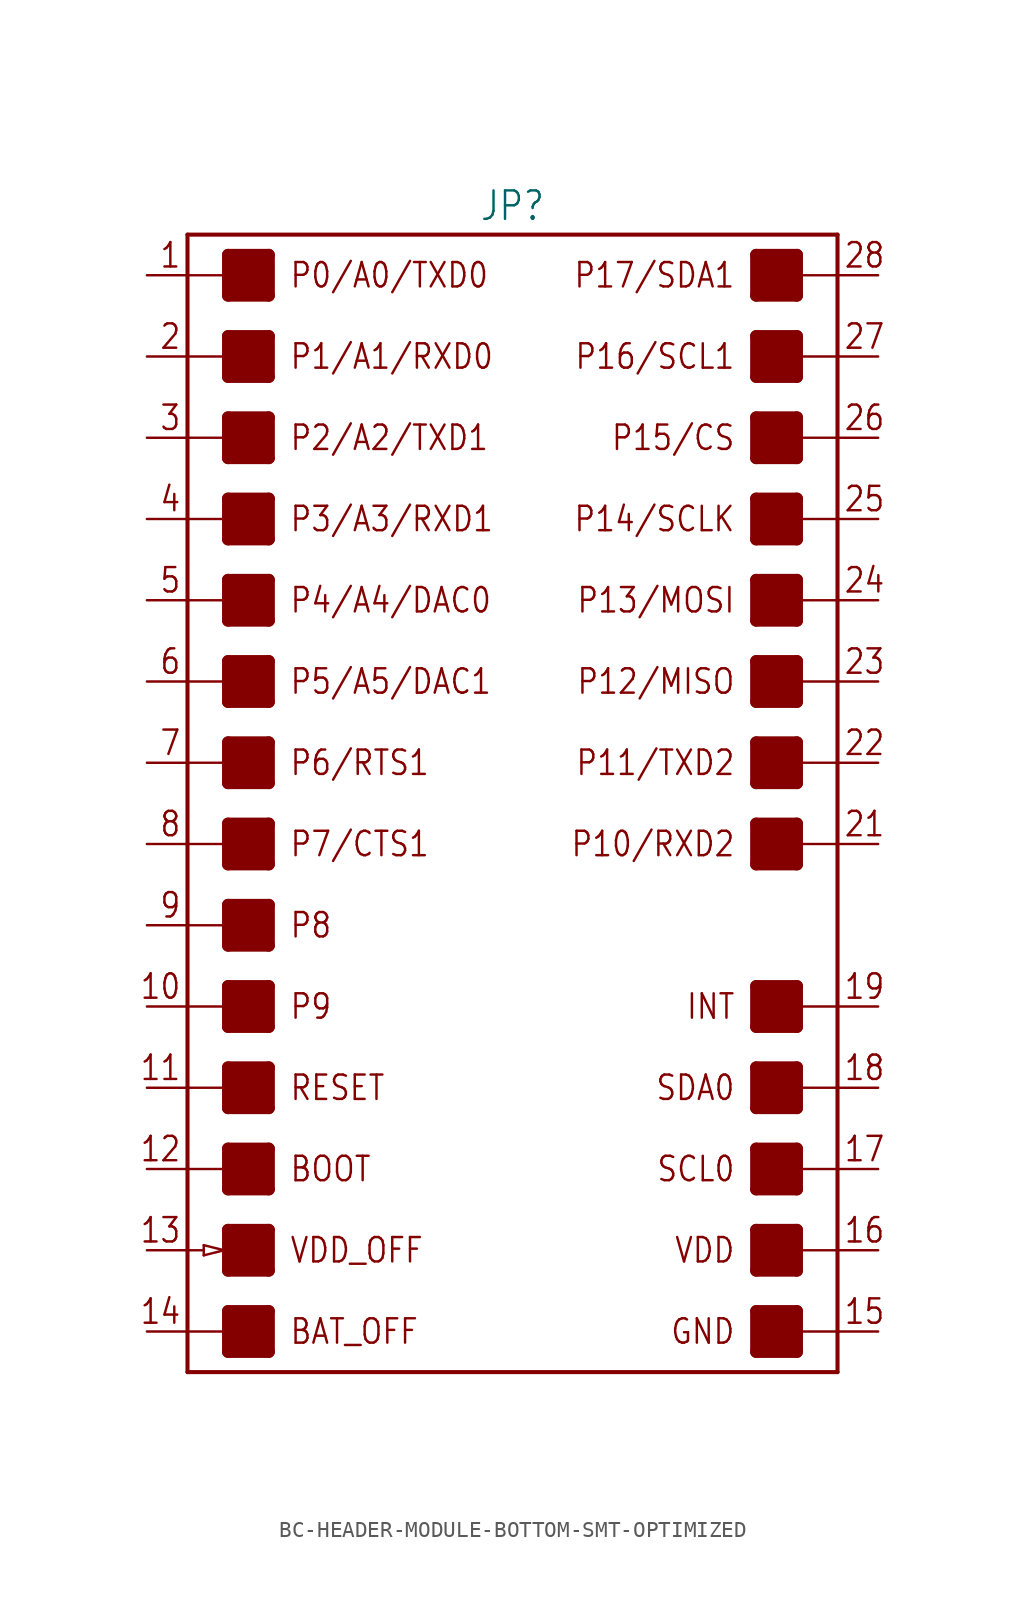
<source format=kicad_sym>
(kicad_symbol_lib
  (version 20231120)
  (generator "kicad_symbol_editor")
  (generator_version "8.0")
  (symbol "BC-HEADER-MODULE-BOTTOM-SMT-OPTIMIZED"
    (property "Reference" "JP"
      (at 0 36.322 0)
      (effects (font (size 1.778 1.511)) (justify bottom)))
    (property "Value" ""
      (at 0 -36.322 0)
      (effects (font (size 1.778 1.511)) (justify top)))
    (property "ki_locked" ""
      (at 0 0 0)
      (effects (font (size 1.27 1.27))))
    (symbol "BC-HEADER-MODULE-BOTTOM-SMT-OPTIMIZED_1_0"
      (rectangle (start -17.78 -34.29) (end -15.24 -31.75) (stroke (width 0) (type default)) (fill (type outline)))
      (rectangle (start -17.78 -29.21) (end -15.24 -26.67) (stroke (width 0) (type default)) (fill (type outline)))
      (rectangle (start -17.78 -24.13) (end -15.24 -21.59) (stroke (width 0) (type default)) (fill (type outline)))
      (rectangle (start -17.78 -19.05) (end -15.24 -16.51) (stroke (width 0) (type default)) (fill (type outline)))
      (rectangle (start -17.78 -13.97) (end -15.24 -11.43) (stroke (width 0) (type default)) (fill (type outline)))
      (rectangle (start -17.78 -8.89) (end -15.24 -6.35) (stroke (width 0) (type default)) (fill (type outline)))
      (rectangle (start -17.78 -3.81) (end -15.24 -1.27) (stroke (width 0) (type default)) (fill (type outline)))
      (rectangle (start -17.78 1.27) (end -15.24 3.81) (stroke (width 0) (type default)) (fill (type outline)))
      (rectangle (start -17.78 6.35) (end -15.24 8.89) (stroke (width 0) (type default)) (fill (type outline)))
      (rectangle (start -17.78 11.43) (end -15.24 13.97) (stroke (width 0) (type default)) (fill (type outline)))
      (rectangle (start -17.78 16.51) (end -15.24 19.05) (stroke (width 0) (type default)) (fill (type outline)))
      (rectangle (start -17.78 21.59) (end -15.24 24.13) (stroke (width 0) (type default)) (fill (type outline)))
      (rectangle (start -17.78 26.67) (end -15.24 29.21) (stroke (width 0) (type default)) (fill (type outline)))
      (rectangle (start -17.78 31.75) (end -15.24 34.29) (stroke (width 0) (type default)) (fill (type outline)))
      (polyline (pts (xy -20.32 -33.02) (xy -20.32 -35.56)) (stroke (width 0.254) (type solid)) (fill (type none)))
      (polyline (pts (xy -20.32 -33.02) (xy -17.78 -33.02)) (stroke (width 0.152) (type solid)) (fill (type none)))
      (polyline (pts (xy -20.32 -27.94) (xy -20.32 -33.02)) (stroke (width 0.254) (type solid)) (fill (type none)))
      (polyline (pts (xy -20.32 -27.94) (xy -19.304 -27.94)) (stroke (width 0.152) (type solid)) (fill (type none)))
      (polyline (pts (xy -20.32 -22.86) (xy -20.32 -27.94)) (stroke (width 0.254) (type solid)) (fill (type none)))
      (polyline (pts (xy -20.32 -22.86) (xy -17.78 -22.86)) (stroke (width 0.152) (type solid)) (fill (type none)))
      (polyline (pts (xy -20.32 -17.78) (xy -20.32 -22.86)) (stroke (width 0.254) (type solid)) (fill (type none)))
      (polyline (pts (xy -20.32 -17.78) (xy -17.78 -17.78)) (stroke (width 0.152) (type solid)) (fill (type none)))
      (polyline (pts (xy -20.32 -12.7) (xy -20.32 -17.78)) (stroke (width 0.254) (type solid)) (fill (type none)))
      (polyline (pts (xy -20.32 -12.7) (xy -17.78 -12.7)) (stroke (width 0.152) (type solid)) (fill (type none)))
      (polyline (pts (xy -20.32 -7.62) (xy -20.32 -12.7)) (stroke (width 0.254) (type solid)) (fill (type none)))
      (polyline (pts (xy -20.32 -7.62) (xy -17.78 -7.62)) (stroke (width 0.152) (type solid)) (fill (type none)))
      (polyline (pts (xy -20.32 -2.54) (xy -20.32 -7.62)) (stroke (width 0.254) (type solid)) (fill (type none)))
      (polyline (pts (xy -20.32 -2.54) (xy -17.78 -2.54)) (stroke (width 0.152) (type solid)) (fill (type none)))
      (polyline (pts (xy -20.32 2.54) (xy -20.32 -2.54)) (stroke (width 0.254) (type solid)) (fill (type none)))
      (polyline (pts (xy -20.32 2.54) (xy -17.78 2.54)) (stroke (width 0.152) (type solid)) (fill (type none)))
      (polyline (pts (xy -20.32 7.62) (xy -20.32 2.54)) (stroke (width 0.254) (type solid)) (fill (type none)))
      (polyline (pts (xy -20.32 7.62) (xy -17.78 7.62)) (stroke (width 0.152) (type solid)) (fill (type none)))
      (polyline (pts (xy -20.32 12.7) (xy -20.32 7.62)) (stroke (width 0.254) (type solid)) (fill (type none)))
      (polyline (pts (xy -20.32 12.7) (xy -17.78 12.7)) (stroke (width 0.152) (type solid)) (fill (type none)))
      (polyline (pts (xy -20.32 17.78) (xy -20.32 12.7)) (stroke (width 0.254) (type solid)) (fill (type none)))
      (polyline (pts (xy -20.32 17.78) (xy -17.78 17.78)) (stroke (width 0.152) (type solid)) (fill (type none)))
      (polyline (pts (xy -20.32 22.86) (xy -20.32 17.78)) (stroke (width 0.254) (type solid)) (fill (type none)))
      (polyline (pts (xy -20.32 22.86) (xy -17.78 22.86)) (stroke (width 0.152) (type solid)) (fill (type none)))
      (polyline (pts (xy -20.32 27.94) (xy -20.32 22.86)) (stroke (width 0.254) (type solid)) (fill (type none)))
      (polyline (pts (xy -20.32 27.94) (xy -17.78 27.94)) (stroke (width 0.152) (type solid)) (fill (type none)))
      (polyline (pts (xy -20.32 33.02) (xy -20.32 27.94)) (stroke (width 0.254) (type solid)) (fill (type none)))
      (polyline (pts (xy -20.32 33.02) (xy -17.78 33.02)) (stroke (width 0.152) (type solid)) (fill (type none)))
      (polyline (pts (xy -20.32 35.56) (xy -20.32 33.02)) (stroke (width 0.254) (type solid)) (fill (type none)))
      (polyline (pts (xy -20.32 35.56) (xy 20.32 35.56)) (stroke (width 0.254) (type solid)) (fill (type none)))
      (polyline (pts (xy -19.304 -28.258) (xy -18.034 -27.94)) (stroke (width 0.152) (type solid)) (fill (type none)))
      (polyline (pts (xy -19.304 -27.94) (xy -19.304 -28.258)) (stroke (width 0.152) (type solid)) (fill (type none)))
      (polyline (pts (xy -19.304 -27.622) (xy -19.304 -27.94)) (stroke (width 0.152) (type solid)) (fill (type none)))
      (polyline (pts (xy -18.034 -27.94) (xy -19.304 -27.622)) (stroke (width 0.152) (type solid)) (fill (type none)))
      (polyline (pts (xy -17.78 -34.29) (xy -15.24 -34.29)) (stroke (width 0.762) (type solid)) (fill (type none)))
      (polyline (pts (xy -17.78 -33.02) (xy -17.78 -34.29)) (stroke (width 0.762) (type solid)) (fill (type none)))
      (polyline (pts (xy -17.78 -31.75) (xy -17.78 -33.02)) (stroke (width 0.762) (type solid)) (fill (type none)))
      (polyline (pts (xy -17.78 -31.75) (xy -15.24 -31.75)) (stroke (width 0.762) (type solid)) (fill (type none)))
      (polyline (pts (xy -17.78 -29.21) (xy -15.24 -29.21)) (stroke (width 0.762) (type solid)) (fill (type none)))
      (polyline (pts (xy -17.78 -26.67) (xy -17.78 -29.21)) (stroke (width 0.762) (type solid)) (fill (type none)))
      (polyline (pts (xy -17.78 -26.67) (xy -15.24 -26.67)) (stroke (width 0.762) (type solid)) (fill (type none)))
      (polyline (pts (xy -17.78 -24.13) (xy -15.24 -24.13)) (stroke (width 0.762) (type solid)) (fill (type none)))
      (polyline (pts (xy -17.78 -22.86) (xy -17.78 -24.13)) (stroke (width 0.762) (type solid)) (fill (type none)))
      (polyline (pts (xy -17.78 -21.59) (xy -17.78 -22.86)) (stroke (width 0.762) (type solid)) (fill (type none)))
      (polyline (pts (xy -17.78 -21.59) (xy -15.24 -21.59)) (stroke (width 0.762) (type solid)) (fill (type none)))
      (polyline (pts (xy -17.78 -19.05) (xy -15.24 -19.05)) (stroke (width 0.762) (type solid)) (fill (type none)))
      (polyline (pts (xy -17.78 -17.78) (xy -17.78 -19.05)) (stroke (width 0.762) (type solid)) (fill (type none)))
      (polyline (pts (xy -17.78 -16.51) (xy -17.78 -17.78)) (stroke (width 0.762) (type solid)) (fill (type none)))
      (polyline (pts (xy -17.78 -16.51) (xy -15.24 -16.51)) (stroke (width 0.762) (type solid)) (fill (type none)))
      (polyline (pts (xy -17.78 -13.97) (xy -15.24 -13.97)) (stroke (width 0.762) (type solid)) (fill (type none)))
      (polyline (pts (xy -17.78 -12.7) (xy -17.78 -13.97)) (stroke (width 0.762) (type solid)) (fill (type none)))
      (polyline (pts (xy -17.78 -11.43) (xy -17.78 -12.7)) (stroke (width 0.762) (type solid)) (fill (type none)))
      (polyline (pts (xy -17.78 -11.43) (xy -15.24 -11.43)) (stroke (width 0.762) (type solid)) (fill (type none)))
      (polyline (pts (xy -17.78 -8.89) (xy -15.24 -8.89)) (stroke (width 0.762) (type solid)) (fill (type none)))
      (polyline (pts (xy -17.78 -7.62) (xy -17.78 -8.89)) (stroke (width 0.762) (type solid)) (fill (type none)))
      (polyline (pts (xy -17.78 -6.35) (xy -17.78 -7.62)) (stroke (width 0.762) (type solid)) (fill (type none)))
      (polyline (pts (xy -17.78 -6.35) (xy -15.24 -6.35)) (stroke (width 0.762) (type solid)) (fill (type none)))
      (polyline (pts (xy -17.78 -3.81) (xy -15.24 -3.81)) (stroke (width 0.762) (type solid)) (fill (type none)))
      (polyline (pts (xy -17.78 -2.54) (xy -17.78 -3.81)) (stroke (width 0.762) (type solid)) (fill (type none)))
      (polyline (pts (xy -17.78 -1.27) (xy -17.78 -2.54)) (stroke (width 0.762) (type solid)) (fill (type none)))
      (polyline (pts (xy -17.78 -1.27) (xy -15.24 -1.27)) (stroke (width 0.762) (type solid)) (fill (type none)))
      (polyline (pts (xy -17.78 1.27) (xy -15.24 1.27)) (stroke (width 0.762) (type solid)) (fill (type none)))
      (polyline (pts (xy -17.78 2.54) (xy -17.78 1.27)) (stroke (width 0.762) (type solid)) (fill (type none)))
      (polyline (pts (xy -17.78 3.81) (xy -17.78 2.54)) (stroke (width 0.762) (type solid)) (fill (type none)))
      (polyline (pts (xy -17.78 3.81) (xy -15.24 3.81)) (stroke (width 0.762) (type solid)) (fill (type none)))
      (polyline (pts (xy -17.78 6.35) (xy -15.24 6.35)) (stroke (width 0.762) (type solid)) (fill (type none)))
      (polyline (pts (xy -17.78 7.62) (xy -17.78 6.35)) (stroke (width 0.762) (type solid)) (fill (type none)))
      (polyline (pts (xy -17.78 8.89) (xy -17.78 7.62)) (stroke (width 0.762) (type solid)) (fill (type none)))
      (polyline (pts (xy -17.78 8.89) (xy -15.24 8.89)) (stroke (width 0.762) (type solid)) (fill (type none)))
      (polyline (pts (xy -17.78 11.43) (xy -15.24 11.43)) (stroke (width 0.762) (type solid)) (fill (type none)))
      (polyline (pts (xy -17.78 12.7) (xy -17.78 11.43)) (stroke (width 0.762) (type solid)) (fill (type none)))
      (polyline (pts (xy -17.78 13.97) (xy -17.78 12.7)) (stroke (width 0.762) (type solid)) (fill (type none)))
      (polyline (pts (xy -17.78 13.97) (xy -15.24 13.97)) (stroke (width 0.762) (type solid)) (fill (type none)))
      (polyline (pts (xy -17.78 16.51) (xy -15.24 16.51)) (stroke (width 0.762) (type solid)) (fill (type none)))
      (polyline (pts (xy -17.78 17.78) (xy -17.78 16.51)) (stroke (width 0.762) (type solid)) (fill (type none)))
      (polyline (pts (xy -17.78 19.05) (xy -17.78 17.78)) (stroke (width 0.762) (type solid)) (fill (type none)))
      (polyline (pts (xy -17.78 19.05) (xy -15.24 19.05)) (stroke (width 0.762) (type solid)) (fill (type none)))
      (polyline (pts (xy -17.78 21.59) (xy -15.24 21.59)) (stroke (width 0.762) (type solid)) (fill (type none)))
      (polyline (pts (xy -17.78 22.86) (xy -17.78 21.59)) (stroke (width 0.762) (type solid)) (fill (type none)))
      (polyline (pts (xy -17.78 24.13) (xy -17.78 22.86)) (stroke (width 0.762) (type solid)) (fill (type none)))
      (polyline (pts (xy -17.78 24.13) (xy -15.24 24.13)) (stroke (width 0.762) (type solid)) (fill (type none)))
      (polyline (pts (xy -17.78 26.67) (xy -15.24 26.67)) (stroke (width 0.762) (type solid)) (fill (type none)))
      (polyline (pts (xy -17.78 27.94) (xy -17.78 26.67)) (stroke (width 0.762) (type solid)) (fill (type none)))
      (polyline (pts (xy -17.78 29.21) (xy -17.78 27.94)) (stroke (width 0.762) (type solid)) (fill (type none)))
      (polyline (pts (xy -17.78 29.21) (xy -15.24 29.21)) (stroke (width 0.762) (type solid)) (fill (type none)))
      (polyline (pts (xy -17.78 31.75) (xy -15.24 31.75)) (stroke (width 0.762) (type solid)) (fill (type none)))
      (polyline (pts (xy -17.78 33.02) (xy -17.78 31.75)) (stroke (width 0.762) (type solid)) (fill (type none)))
      (polyline (pts (xy -17.78 34.29) (xy -17.78 33.02)) (stroke (width 0.762) (type solid)) (fill (type none)))
      (polyline (pts (xy -17.78 34.29) (xy -15.24 34.29)) (stroke (width 0.762) (type solid)) (fill (type none)))
      (polyline (pts (xy -15.24 -34.29) (xy -15.24 -31.75)) (stroke (width 0.762) (type solid)) (fill (type none)))
      (polyline (pts (xy -15.24 -29.21) (xy -15.24 -26.67)) (stroke (width 0.762) (type solid)) (fill (type none)))
      (polyline (pts (xy -15.24 -24.13) (xy -15.24 -21.59)) (stroke (width 0.762) (type solid)) (fill (type none)))
      (polyline (pts (xy -15.24 -19.05) (xy -15.24 -16.51)) (stroke (width 0.762) (type solid)) (fill (type none)))
      (polyline (pts (xy -15.24 -13.97) (xy -15.24 -11.43)) (stroke (width 0.762) (type solid)) (fill (type none)))
      (polyline (pts (xy -15.24 -8.89) (xy -15.24 -6.35)) (stroke (width 0.762) (type solid)) (fill (type none)))
      (polyline (pts (xy -15.24 -3.81) (xy -15.24 -1.27)) (stroke (width 0.762) (type solid)) (fill (type none)))
      (polyline (pts (xy -15.24 1.27) (xy -15.24 3.81)) (stroke (width 0.762) (type solid)) (fill (type none)))
      (polyline (pts (xy -15.24 6.35) (xy -15.24 8.89)) (stroke (width 0.762) (type solid)) (fill (type none)))
      (polyline (pts (xy -15.24 11.43) (xy -15.24 13.97)) (stroke (width 0.762) (type solid)) (fill (type none)))
      (polyline (pts (xy -15.24 16.51) (xy -15.24 19.05)) (stroke (width 0.762) (type solid)) (fill (type none)))
      (polyline (pts (xy -15.24 21.59) (xy -15.24 24.13)) (stroke (width 0.762) (type solid)) (fill (type none)))
      (polyline (pts (xy -15.24 26.67) (xy -15.24 29.21)) (stroke (width 0.762) (type solid)) (fill (type none)))
      (polyline (pts (xy -15.24 31.75) (xy -15.24 34.29)) (stroke (width 0.762) (type solid)) (fill (type none)))
      (polyline (pts (xy 15.24 -34.29) (xy 17.78 -34.29)) (stroke (width 0.762) (type solid)) (fill (type none)))
      (polyline (pts (xy 15.24 -31.75) (xy 15.24 -34.29)) (stroke (width 0.762) (type solid)) (fill (type none)))
      (polyline (pts (xy 15.24 -31.75) (xy 17.78 -31.75)) (stroke (width 0.762) (type solid)) (fill (type none)))
      (polyline (pts (xy 15.24 -29.21) (xy 17.78 -29.21)) (stroke (width 0.762) (type solid)) (fill (type none)))
      (polyline (pts (xy 15.24 -26.67) (xy 15.24 -29.21)) (stroke (width 0.762) (type solid)) (fill (type none)))
      (polyline (pts (xy 15.24 -26.67) (xy 17.78 -26.67)) (stroke (width 0.762) (type solid)) (fill (type none)))
      (polyline (pts (xy 15.24 -24.13) (xy 17.78 -24.13)) (stroke (width 0.762) (type solid)) (fill (type none)))
      (polyline (pts (xy 15.24 -21.59) (xy 15.24 -24.13)) (stroke (width 0.762) (type solid)) (fill (type none)))
      (polyline (pts (xy 15.24 -21.59) (xy 17.78 -21.59)) (stroke (width 0.762) (type solid)) (fill (type none)))
      (polyline (pts (xy 15.24 -19.05) (xy 17.78 -19.05)) (stroke (width 0.762) (type solid)) (fill (type none)))
      (polyline (pts (xy 15.24 -16.51) (xy 15.24 -19.05)) (stroke (width 0.762) (type solid)) (fill (type none)))
      (polyline (pts (xy 15.24 -16.51) (xy 17.78 -16.51)) (stroke (width 0.762) (type solid)) (fill (type none)))
      (polyline (pts (xy 15.24 -13.97) (xy 17.78 -13.97)) (stroke (width 0.762) (type solid)) (fill (type none)))
      (polyline (pts (xy 15.24 -11.43) (xy 15.24 -13.97)) (stroke (width 0.762) (type solid)) (fill (type none)))
      (polyline (pts (xy 15.24 -11.43) (xy 17.78 -11.43)) (stroke (width 0.762) (type solid)) (fill (type none)))
      (polyline (pts (xy 15.24 -3.81) (xy 17.78 -3.81)) (stroke (width 0.762) (type solid)) (fill (type none)))
      (polyline (pts (xy 15.24 -1.27) (xy 15.24 -3.81)) (stroke (width 0.762) (type solid)) (fill (type none)))
      (polyline (pts (xy 15.24 -1.27) (xy 17.78 -1.27)) (stroke (width 0.762) (type solid)) (fill (type none)))
      (polyline (pts (xy 15.24 1.27) (xy 17.78 1.27)) (stroke (width 0.762) (type solid)) (fill (type none)))
      (polyline (pts (xy 15.24 3.81) (xy 15.24 1.27)) (stroke (width 0.762) (type solid)) (fill (type none)))
      (polyline (pts (xy 15.24 3.81) (xy 17.78 3.81)) (stroke (width 0.762) (type solid)) (fill (type none)))
      (polyline (pts (xy 15.24 6.35) (xy 17.78 6.35)) (stroke (width 0.762) (type solid)) (fill (type none)))
      (polyline (pts (xy 15.24 8.89) (xy 15.24 6.35)) (stroke (width 0.762) (type solid)) (fill (type none)))
      (polyline (pts (xy 15.24 8.89) (xy 17.78 8.89)) (stroke (width 0.762) (type solid)) (fill (type none)))
      (polyline (pts (xy 15.24 11.43) (xy 17.78 11.43)) (stroke (width 0.762) (type solid)) (fill (type none)))
      (polyline (pts (xy 15.24 13.97) (xy 15.24 11.43)) (stroke (width 0.762) (type solid)) (fill (type none)))
      (polyline (pts (xy 15.24 13.97) (xy 17.78 13.97)) (stroke (width 0.762) (type solid)) (fill (type none)))
      (polyline (pts (xy 15.24 16.51) (xy 17.78 16.51)) (stroke (width 0.762) (type solid)) (fill (type none)))
      (polyline (pts (xy 15.24 19.05) (xy 15.24 16.51)) (stroke (width 0.762) (type solid)) (fill (type none)))
      (polyline (pts (xy 15.24 19.05) (xy 17.78 19.05)) (stroke (width 0.762) (type solid)) (fill (type none)))
      (polyline (pts (xy 15.24 21.59) (xy 17.78 21.59)) (stroke (width 0.762) (type solid)) (fill (type none)))
      (polyline (pts (xy 15.24 24.13) (xy 15.24 21.59)) (stroke (width 0.762) (type solid)) (fill (type none)))
      (polyline (pts (xy 15.24 24.13) (xy 17.78 24.13)) (stroke (width 0.762) (type solid)) (fill (type none)))
      (polyline (pts (xy 15.24 26.67) (xy 17.78 26.67)) (stroke (width 0.762) (type solid)) (fill (type none)))
      (polyline (pts (xy 15.24 29.21) (xy 15.24 26.67)) (stroke (width 0.762) (type solid)) (fill (type none)))
      (polyline (pts (xy 15.24 29.21) (xy 17.78 29.21)) (stroke (width 0.762) (type solid)) (fill (type none)))
      (polyline (pts (xy 15.24 31.75) (xy 17.78 31.75)) (stroke (width 0.762) (type solid)) (fill (type none)))
      (polyline (pts (xy 15.24 34.29) (xy 15.24 31.75)) (stroke (width 0.762) (type solid)) (fill (type none)))
      (polyline (pts (xy 15.24 34.29) (xy 17.78 34.29)) (stroke (width 0.762) (type solid)) (fill (type none)))
      (polyline (pts (xy 17.78 -34.29) (xy 17.78 -33.02)) (stroke (width 0.762) (type solid)) (fill (type none)))
      (polyline (pts (xy 17.78 -33.02) (xy 17.78 -31.75)) (stroke (width 0.762) (type solid)) (fill (type none)))
      (polyline (pts (xy 17.78 -33.02) (xy 20.32 -33.02)) (stroke (width 0.152) (type solid)) (fill (type none)))
      (polyline (pts (xy 17.78 -29.21) (xy 17.78 -27.94)) (stroke (width 0.762) (type solid)) (fill (type none)))
      (polyline (pts (xy 17.78 -27.94) (xy 17.78 -26.67)) (stroke (width 0.762) (type solid)) (fill (type none)))
      (polyline (pts (xy 17.78 -27.94) (xy 20.32 -27.94)) (stroke (width 0.152) (type solid)) (fill (type none)))
      (polyline (pts (xy 17.78 -24.13) (xy 17.78 -22.86)) (stroke (width 0.762) (type solid)) (fill (type none)))
      (polyline (pts (xy 17.78 -22.86) (xy 17.78 -21.59)) (stroke (width 0.762) (type solid)) (fill (type none)))
      (polyline (pts (xy 17.78 -22.86) (xy 20.32 -22.86)) (stroke (width 0.152) (type solid)) (fill (type none)))
      (polyline (pts (xy 17.78 -19.05) (xy 17.78 -17.78)) (stroke (width 0.762) (type solid)) (fill (type none)))
      (polyline (pts (xy 17.78 -17.78) (xy 17.78 -16.51)) (stroke (width 0.762) (type solid)) (fill (type none)))
      (polyline (pts (xy 17.78 -17.78) (xy 20.32 -17.78)) (stroke (width 0.152) (type solid)) (fill (type none)))
      (polyline (pts (xy 17.78 -13.97) (xy 17.78 -12.7)) (stroke (width 0.762) (type solid)) (fill (type none)))
      (polyline (pts (xy 17.78 -12.7) (xy 17.78 -11.43)) (stroke (width 0.762) (type solid)) (fill (type none)))
      (polyline (pts (xy 17.78 -12.7) (xy 20.32 -12.7)) (stroke (width 0.152) (type solid)) (fill (type none)))
      (polyline (pts (xy 17.78 -3.81) (xy 17.78 -2.54)) (stroke (width 0.762) (type solid)) (fill (type none)))
      (polyline (pts (xy 17.78 -2.54) (xy 17.78 -1.27)) (stroke (width 0.762) (type solid)) (fill (type none)))
      (polyline (pts (xy 17.78 -2.54) (xy 20.32 -2.54)) (stroke (width 0.152) (type solid)) (fill (type none)))
      (polyline (pts (xy 17.78 1.27) (xy 17.78 2.54)) (stroke (width 0.762) (type solid)) (fill (type none)))
      (polyline (pts (xy 17.78 2.54) (xy 17.78 3.81)) (stroke (width 0.762) (type solid)) (fill (type none)))
      (polyline (pts (xy 17.78 2.54) (xy 20.32 2.54)) (stroke (width 0.152) (type solid)) (fill (type none)))
      (polyline (pts (xy 17.78 6.35) (xy 17.78 7.62)) (stroke (width 0.762) (type solid)) (fill (type none)))
      (polyline (pts (xy 17.78 7.62) (xy 17.78 8.89)) (stroke (width 0.762) (type solid)) (fill (type none)))
      (polyline (pts (xy 17.78 7.62) (xy 20.32 7.62)) (stroke (width 0.152) (type solid)) (fill (type none)))
      (polyline (pts (xy 17.78 11.43) (xy 17.78 12.7)) (stroke (width 0.762) (type solid)) (fill (type none)))
      (polyline (pts (xy 17.78 12.7) (xy 17.78 13.97)) (stroke (width 0.762) (type solid)) (fill (type none)))
      (polyline (pts (xy 17.78 12.7) (xy 20.32 12.7)) (stroke (width 0.152) (type solid)) (fill (type none)))
      (polyline (pts (xy 17.78 16.51) (xy 17.78 17.78)) (stroke (width 0.762) (type solid)) (fill (type none)))
      (polyline (pts (xy 17.78 17.78) (xy 17.78 19.05)) (stroke (width 0.762) (type solid)) (fill (type none)))
      (polyline (pts (xy 17.78 17.78) (xy 20.32 17.78)) (stroke (width 0.152) (type solid)) (fill (type none)))
      (polyline (pts (xy 17.78 21.59) (xy 17.78 22.86)) (stroke (width 0.762) (type solid)) (fill (type none)))
      (polyline (pts (xy 17.78 22.86) (xy 17.78 24.13)) (stroke (width 0.762) (type solid)) (fill (type none)))
      (polyline (pts (xy 17.78 22.86) (xy 20.32 22.86)) (stroke (width 0.152) (type solid)) (fill (type none)))
      (polyline (pts (xy 17.78 26.67) (xy 17.78 27.94)) (stroke (width 0.762) (type solid)) (fill (type none)))
      (polyline (pts (xy 17.78 27.94) (xy 17.78 29.21)) (stroke (width 0.762) (type solid)) (fill (type none)))
      (polyline (pts (xy 17.78 27.94) (xy 20.32 27.94)) (stroke (width 0.152) (type solid)) (fill (type none)))
      (polyline (pts (xy 17.78 31.75) (xy 17.78 33.02)) (stroke (width 0.762) (type solid)) (fill (type none)))
      (polyline (pts (xy 17.78 33.02) (xy 17.78 34.29)) (stroke (width 0.762) (type solid)) (fill (type none)))
      (polyline (pts (xy 17.78 33.02) (xy 20.32 33.02)) (stroke (width 0.152) (type solid)) (fill (type none)))
      (polyline (pts (xy 20.32 -35.56) (xy -20.32 -35.56)) (stroke (width 0.254) (type solid)) (fill (type none)))
      (polyline (pts (xy 20.32 -33.02) (xy 20.32 -35.56)) (stroke (width 0.254) (type solid)) (fill (type none)))
      (polyline (pts (xy 20.32 -27.94) (xy 20.32 -33.02)) (stroke (width 0.254) (type solid)) (fill (type none)))
      (polyline (pts (xy 20.32 -22.86) (xy 20.32 -27.94)) (stroke (width 0.254) (type solid)) (fill (type none)))
      (polyline (pts (xy 20.32 -17.78) (xy 20.32 -22.86)) (stroke (width 0.254) (type solid)) (fill (type none)))
      (polyline (pts (xy 20.32 -12.7) (xy 20.32 -17.78)) (stroke (width 0.254) (type solid)) (fill (type none)))
      (polyline (pts (xy 20.32 -2.54) (xy 20.32 -12.7)) (stroke (width 0.254) (type solid)) (fill (type none)))
      (polyline (pts (xy 20.32 2.54) (xy 20.32 -2.54)) (stroke (width 0.254) (type solid)) (fill (type none)))
      (polyline (pts (xy 20.32 7.62) (xy 20.32 2.54)) (stroke (width 0.254) (type solid)) (fill (type none)))
      (polyline (pts (xy 20.32 12.7) (xy 20.32 7.62)) (stroke (width 0.254) (type solid)) (fill (type none)))
      (polyline (pts (xy 20.32 17.78) (xy 20.32 12.7)) (stroke (width 0.254) (type solid)) (fill (type none)))
      (polyline (pts (xy 20.32 22.86) (xy 20.32 17.78)) (stroke (width 0.254) (type solid)) (fill (type none)))
      (polyline (pts (xy 20.32 27.94) (xy 20.32 22.86)) (stroke (width 0.254) (type solid)) (fill (type none)))
      (polyline (pts (xy 20.32 33.02) (xy 20.32 27.94)) (stroke (width 0.254) (type solid)) (fill (type none)))
      (polyline (pts (xy 20.32 35.56) (xy 20.32 33.02)) (stroke (width 0.254) (type solid)) (fill (type none)))
      (rectangle (start 15.24 -34.29) (end 17.78 -31.75) (stroke (width 0) (type default)) (fill (type outline)))
      (rectangle (start 15.24 -29.21) (end 17.78 -26.67) (stroke (width 0) (type default)) (fill (type outline)))
      (rectangle (start 15.24 -24.13) (end 17.78 -21.59) (stroke (width 0) (type default)) (fill (type outline)))
      (rectangle (start 15.24 -19.05) (end 17.78 -16.51) (stroke (width 0) (type default)) (fill (type outline)))
      (rectangle (start 15.24 -13.97) (end 17.78 -11.43) (stroke (width 0) (type default)) (fill (type outline)))
      (rectangle (start 15.24 -3.81) (end 17.78 -1.27) (stroke (width 0) (type default)) (fill (type outline)))
      (rectangle (start 15.24 1.27) (end 17.78 3.81) (stroke (width 0) (type default)) (fill (type outline)))
      (rectangle (start 15.24 6.35) (end 17.78 8.89) (stroke (width 0) (type default)) (fill (type outline)))
      (rectangle (start 15.24 11.43) (end 17.78 13.97) (stroke (width 0) (type default)) (fill (type outline)))
      (rectangle (start 15.24 16.51) (end 17.78 19.05) (stroke (width 0) (type default)) (fill (type outline)))
      (rectangle (start 15.24 21.59) (end 17.78 24.13) (stroke (width 0) (type default)) (fill (type outline)))
      (rectangle (start 15.24 26.67) (end 17.78 29.21) (stroke (width 0) (type default)) (fill (type outline)))
      (rectangle (start 15.24 31.75) (end 17.78 34.29) (stroke (width 0) (type default)) (fill (type outline)))
      (text "1" (at -20.676 33.376 0) (effects (font (size 1.524 1.295)) (justify right bottom)))
      (text "10" (at -20.676 -12.344 0) (effects (font (size 1.524 1.295)) (justify right bottom)))
      (text "11" (at -20.676 -17.424 0) (effects (font (size 1.524 1.295)) (justify right bottom)))
      (text "12" (at -20.676 -22.504 0) (effects (font (size 1.524 1.295)) (justify right bottom)))
      (text "13" (at -20.676 -27.584 0) (effects (font (size 1.524 1.295)) (justify right bottom)))
      (text "14" (at -20.676 -32.664 0) (effects (font (size 1.524 1.295)) (justify right bottom)))
      (text "15" (at 20.676 -32.664 0) (effects (font (size 1.524 1.295)) (justify left bottom)))
      (text "16" (at 20.676 -27.584 0) (effects (font (size 1.524 1.295)) (justify left bottom)))
      (text "17" (at 20.676 -22.504 0) (effects (font (size 1.524 1.295)) (justify left bottom)))
      (text "18" (at 20.676 -17.424 0) (effects (font (size 1.524 1.295)) (justify left bottom)))
      (text "19" (at 20.676 -12.344 0) (effects (font (size 1.524 1.295)) (justify left bottom)))
      (text "2" (at -20.676 28.296 0) (effects (font (size 1.524 1.295)) (justify right bottom)))
      (text "21" (at 20.676 -2.184 0) (effects (font (size 1.524 1.295)) (justify left bottom)))
      (text "22" (at 20.676 2.896 0) (effects (font (size 1.524 1.295)) (justify left bottom)))
      (text "23" (at 20.676 7.976 0) (effects (font (size 1.524 1.295)) (justify left bottom)))
      (text "24" (at 20.676 13.056 0) (effects (font (size 1.524 1.295)) (justify left bottom)))
      (text "25" (at 20.676 18.136 0) (effects (font (size 1.524 1.295)) (justify left bottom)))
      (text "26" (at 20.676 23.216 0) (effects (font (size 1.524 1.295)) (justify left bottom)))
      (text "27" (at 20.676 28.296 0) (effects (font (size 1.524 1.295)) (justify left bottom)))
      (text "28" (at 20.676 33.376 0) (effects (font (size 1.524 1.295)) (justify left bottom)))
      (text "3" (at -20.676 23.216 0) (effects (font (size 1.524 1.295)) (justify right bottom)))
      (text "4" (at -20.676 18.136 0) (effects (font (size 1.524 1.295)) (justify right bottom)))
      (text "5" (at -20.676 13.056 0) (effects (font (size 1.524 1.295)) (justify right bottom)))
      (text "6" (at -20.676 7.976 0) (effects (font (size 1.524 1.295)) (justify right bottom)))
      (text "7" (at -20.676 2.896 0) (effects (font (size 1.524 1.295)) (justify right bottom)))
      (text "8" (at -20.676 -2.184 0) (effects (font (size 1.524 1.295)) (justify right bottom)))
      (text "9" (at -20.676 -7.264 0) (effects (font (size 1.524 1.295)) (justify right bottom)))
      (text "BAT_OFF" (at -13.97 -33.02 0) (effects (font (size 1.524 1.295)) (justify left)))
      (text "BOOT" (at -13.97 -22.86 0) (effects (font (size 1.524 1.295)) (justify left)))
      (text "GND" (at 13.97 -33.02 0) (effects (font (size 1.524 1.295)) (justify right)))
      (text "INT" (at 13.97 -12.7 0) (effects (font (size 1.524 1.295)) (justify right)))
      (text "P0/A0/TXD0" (at -13.97 33.02 0) (effects (font (size 1.524 1.295)) (justify left)))
      (text "P1/A1/RXD0" (at -13.97 27.94 0) (effects (font (size 1.524 1.295)) (justify left)))
      (text "P10/RXD2" (at 13.97 -2.54 0) (effects (font (size 1.524 1.295)) (justify right)))
      (text "P11/TXD2" (at 13.97 2.54 0) (effects (font (size 1.524 1.295)) (justify right)))
      (text "P12/MISO" (at 13.97 7.62 0) (effects (font (size 1.524 1.295)) (justify right)))
      (text "P13/MOSI" (at 13.97 12.7 0) (effects (font (size 1.524 1.295)) (justify right)))
      (text "P14/SCLK" (at 13.97 17.78 0) (effects (font (size 1.524 1.295)) (justify right)))
      (text "P15/CS" (at 13.97 22.86 0) (effects (font (size 1.524 1.295)) (justify right)))
      (text "P16/SCL1" (at 13.97 27.94 0) (effects (font (size 1.524 1.295)) (justify right)))
      (text "P17/SDA1" (at 13.97 33.02 0) (effects (font (size 1.524 1.295)) (justify right)))
      (text "P2/A2/TXD1" (at -13.97 22.86 0) (effects (font (size 1.524 1.295)) (justify left)))
      (text "P3/A3/RXD1" (at -13.97 17.78 0) (effects (font (size 1.524 1.295)) (justify left)))
      (text "P4/A4/DAC0" (at -13.97 12.7 0) (effects (font (size 1.524 1.295)) (justify left)))
      (text "P5/A5/DAC1" (at -13.97 7.62 0) (effects (font (size 1.524 1.295)) (justify left)))
      (text "P6/RTS1" (at -13.97 2.54 0) (effects (font (size 1.524 1.295)) (justify left)))
      (text "P7/CTS1" (at -13.97 -2.54 0) (effects (font (size 1.524 1.295)) (justify left)))
      (text "P8" (at -13.97 -7.62 0) (effects (font (size 1.524 1.295)) (justify left)))
      (text "P9" (at -13.97 -12.7 0) (effects (font (size 1.524 1.295)) (justify left)))
      (text "RESET" (at -13.97 -17.78 0) (effects (font (size 1.524 1.295)) (justify left)))
      (text "SCL0" (at 13.97 -22.86 0) (effects (font (size 1.524 1.295)) (justify right)))
      (text "SDA0" (at 13.97 -17.78 0) (effects (font (size 1.524 1.295)) (justify right)))
      (text "VDD" (at 13.97 -27.94 0) (effects (font (size 1.524 1.295)) (justify right)))
      (text "VDD_OFF" (at -13.97 -27.94 0) (effects (font (size 1.524 1.295)) (justify left)))
      (pin passive line (at -22.86 33.02 0) (length 2.54) (name "P0/A0/TXD0" (effects (font (size 0 0)))) (number "1" (effects (font (size 0 0)))))
      (pin passive line (at -22.86 -12.7 0) (length 2.54) (name "P9" (effects (font (size 0 0)))) (number "10" (effects (font (size 0 0)))))
      (pin passive line (at -22.86 -17.78 0) (length 2.54) (name "RESET" (effects (font (size 0 0)))) (number "11" (effects (font (size 0 0)))))
      (pin passive line (at -22.86 -22.86 0) (length 2.54) (name "BOOT" (effects (font (size 0 0)))) (number "12" (effects (font (size 0 0)))))
      (pin passive line (at -22.86 -27.94 0) (length 2.54) (name "VDD_OFF_IN" (effects (font (size 0 0)))) (number "13" (effects (font (size 0 0)))))
      (pin passive line (at -22.86 -33.02 0) (length 2.54) (name "BAT_OFF" (effects (font (size 0 0)))) (number "14" (effects (font (size 0 0)))))
      (pin passive line (at 22.86 -33.02 180) (length 2.54) (name "GND" (effects (font (size 0 0)))) (number "15" (effects (font (size 0 0)))))
      (pin passive line (at 22.86 -27.94 180) (length 2.54) (name "VDD" (effects (font (size 0 0)))) (number "16" (effects (font (size 0 0)))))
      (pin passive line (at 22.86 -22.86 180) (length 2.54) (name "SCL0" (effects (font (size 0 0)))) (number "17" (effects (font (size 0 0)))))
      (pin passive line (at 22.86 -17.78 180) (length 2.54) (name "SDA0" (effects (font (size 0 0)))) (number "18" (effects (font (size 0 0)))))
      (pin passive line (at 22.86 -12.7 180) (length 2.54) (name "INT" (effects (font (size 0 0)))) (number "19" (effects (font (size 0 0)))))
      (pin passive line (at -22.86 27.94 0) (length 2.54) (name "P1/A1/RXD0" (effects (font (size 0 0)))) (number "2" (effects (font (size 0 0)))))
      (pin passive line (at 22.86 -2.54 180) (length 2.54) (name "P10/RXD2" (effects (font (size 0 0)))) (number "21" (effects (font (size 0 0)))))
      (pin passive line (at 22.86 2.54 180) (length 2.54) (name "P11/TXD2" (effects (font (size 0 0)))) (number "22" (effects (font (size 0 0)))))
      (pin passive line (at 22.86 7.62 180) (length 2.54) (name "P12/MISO" (effects (font (size 0 0)))) (number "23" (effects (font (size 0 0)))))
      (pin passive line (at 22.86 12.7 180) (length 2.54) (name "P13/MOSI" (effects (font (size 0 0)))) (number "24" (effects (font (size 0 0)))))
      (pin passive line (at 22.86 17.78 180) (length 2.54) (name "P14/SCLK" (effects (font (size 0 0)))) (number "25" (effects (font (size 0 0)))))
      (pin passive line (at 22.86 22.86 180) (length 2.54) (name "P15/CS" (effects (font (size 0 0)))) (number "26" (effects (font (size 0 0)))))
      (pin passive line (at 22.86 27.94 180) (length 2.54) (name "P16/SCL1" (effects (font (size 0 0)))) (number "27" (effects (font (size 0 0)))))
      (pin passive line (at 22.86 33.02 180) (length 2.54) (name "P17/SDA1" (effects (font (size 0 0)))) (number "28" (effects (font (size 0 0)))))
      (pin passive line (at -22.86 22.86 0) (length 2.54) (name "P2/A2/TXD1" (effects (font (size 0 0)))) (number "3" (effects (font (size 0 0)))))
      (pin passive line (at -22.86 17.78 0) (length 2.54) (name "P3/A3/RXD1" (effects (font (size 0 0)))) (number "4" (effects (font (size 0 0)))))
      (pin passive line (at -22.86 12.7 0) (length 2.54) (name "P4/A4/DAC0" (effects (font (size 0 0)))) (number "5" (effects (font (size 0 0)))))
      (pin passive line (at -22.86 7.62 0) (length 2.54) (name "P5/A5/DAC1" (effects (font (size 0 0)))) (number "6" (effects (font (size 0 0)))))
      (pin passive line (at -22.86 2.54 0) (length 2.54) (name "P6/RTS1" (effects (font (size 0 0)))) (number "7" (effects (font (size 0 0)))))
      (pin passive line (at -22.86 -2.54 0) (length 2.54) (name "P7/CTS1" (effects (font (size 0 0)))) (number "8" (effects (font (size 0 0)))))
      (pin passive line (at -22.86 -7.62 0) (length 2.54) (name "P8" (effects (font (size 0 0)))) (number "9" (effects (font (size 0 0))))))))
</source>
